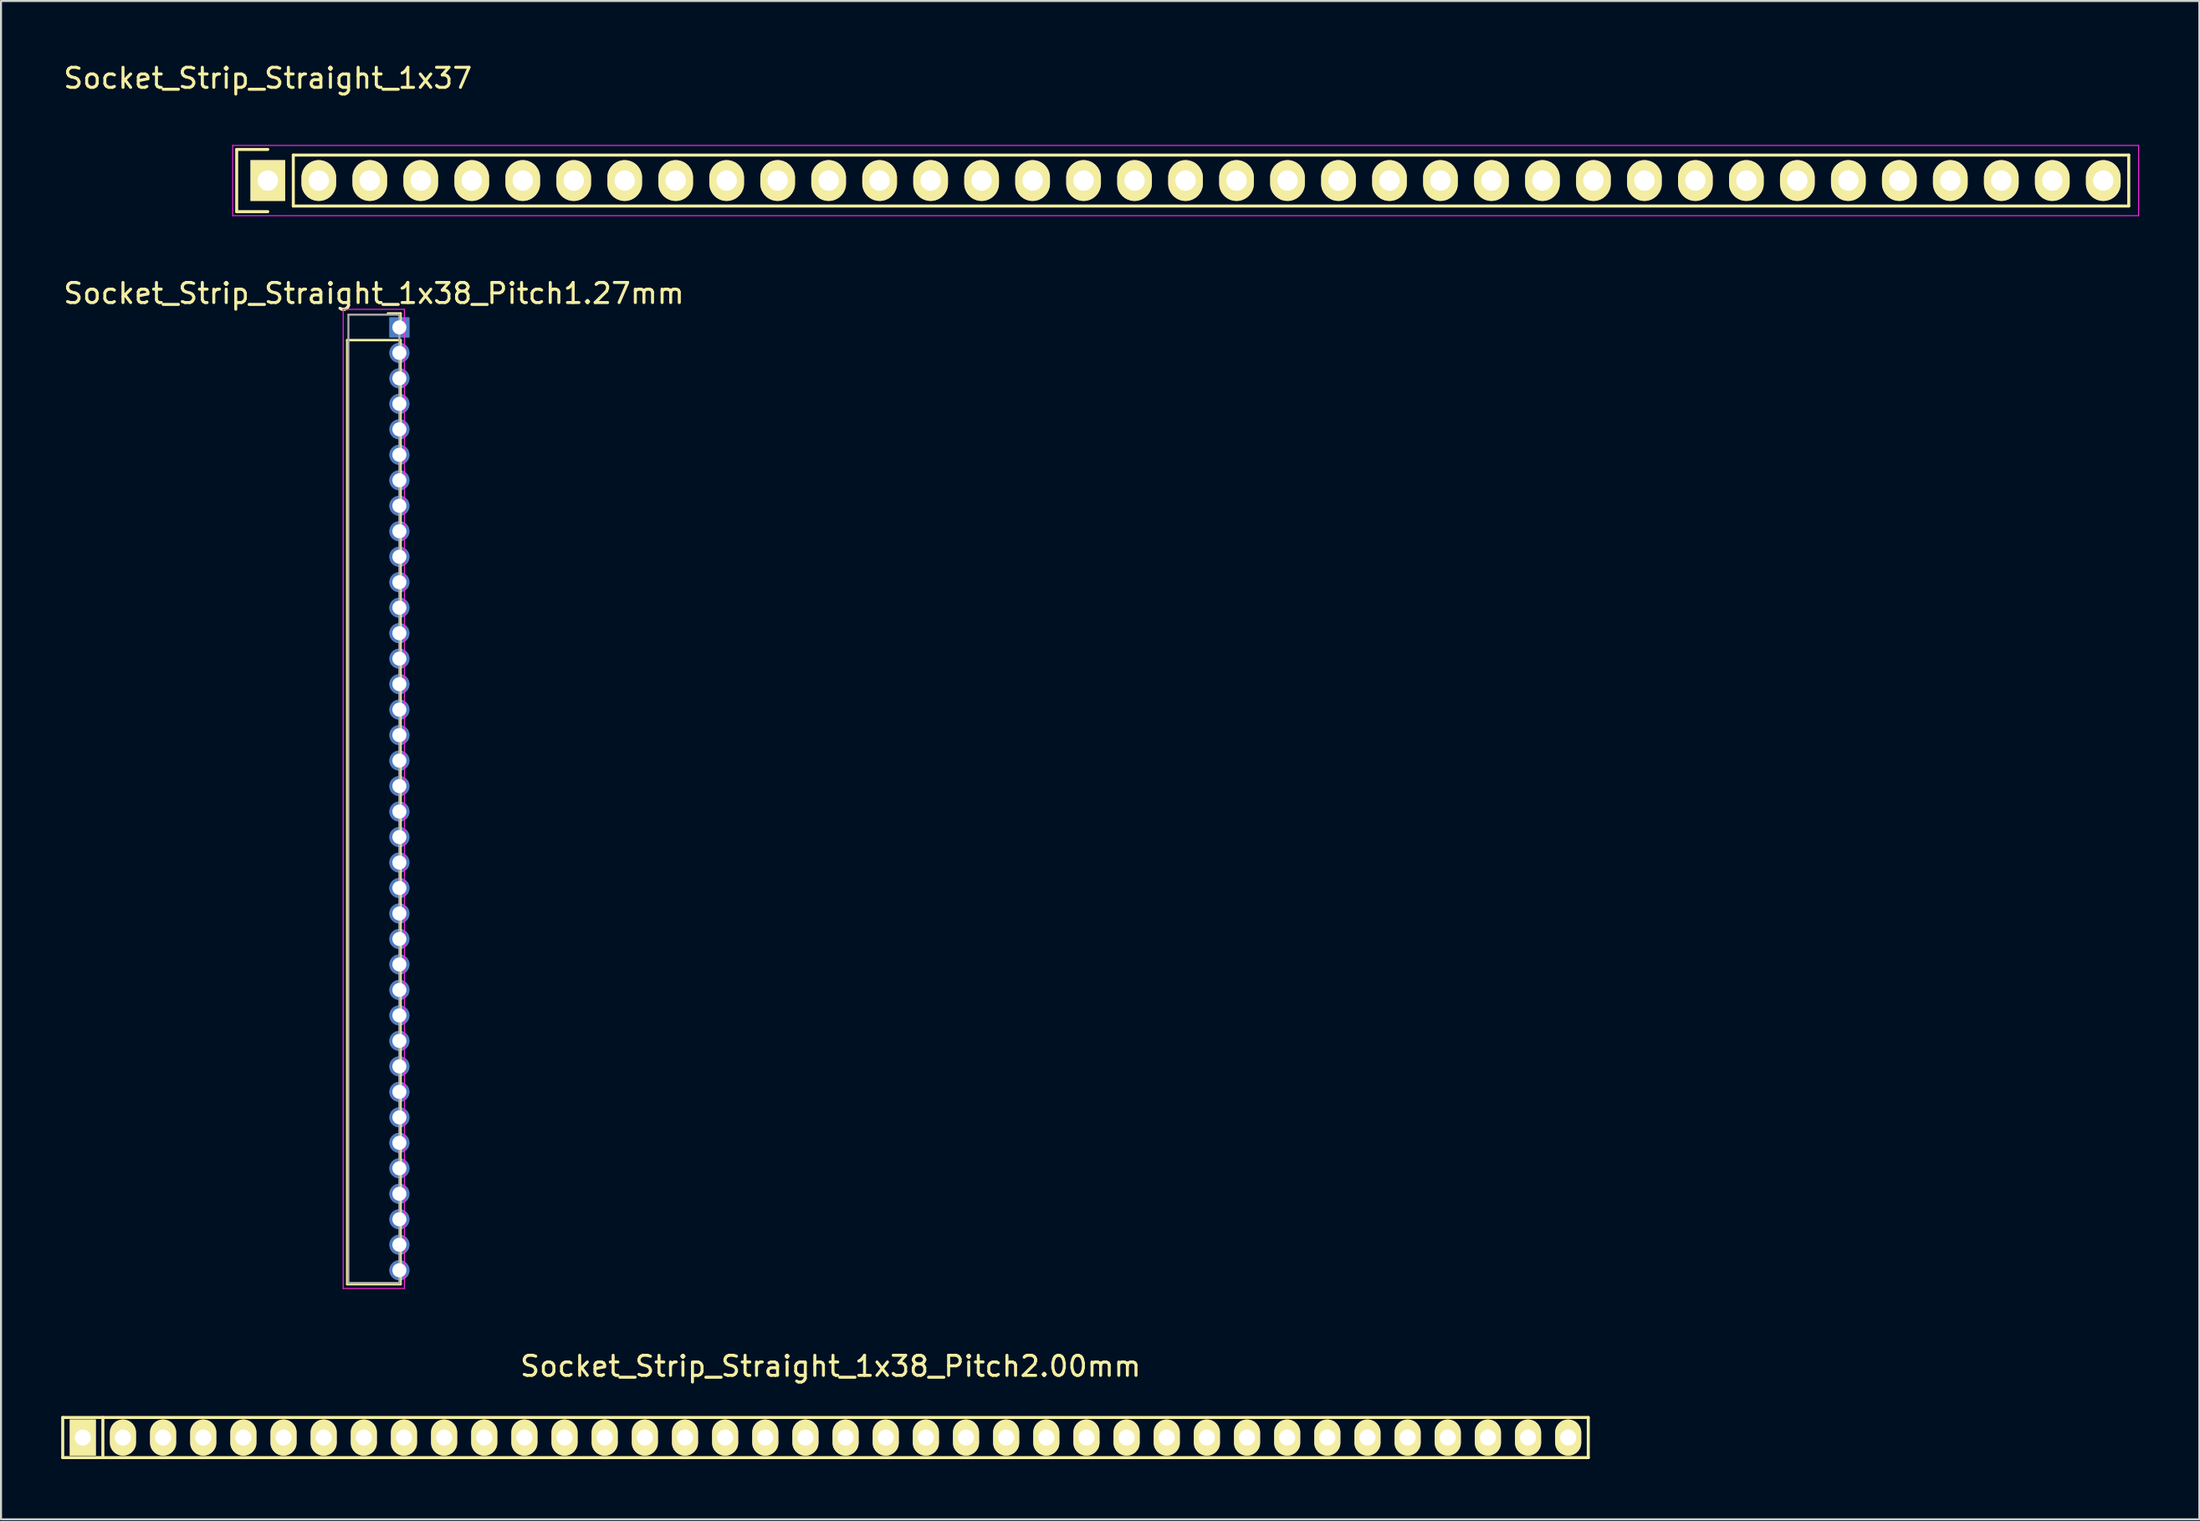
<source format=kicad_pcb>
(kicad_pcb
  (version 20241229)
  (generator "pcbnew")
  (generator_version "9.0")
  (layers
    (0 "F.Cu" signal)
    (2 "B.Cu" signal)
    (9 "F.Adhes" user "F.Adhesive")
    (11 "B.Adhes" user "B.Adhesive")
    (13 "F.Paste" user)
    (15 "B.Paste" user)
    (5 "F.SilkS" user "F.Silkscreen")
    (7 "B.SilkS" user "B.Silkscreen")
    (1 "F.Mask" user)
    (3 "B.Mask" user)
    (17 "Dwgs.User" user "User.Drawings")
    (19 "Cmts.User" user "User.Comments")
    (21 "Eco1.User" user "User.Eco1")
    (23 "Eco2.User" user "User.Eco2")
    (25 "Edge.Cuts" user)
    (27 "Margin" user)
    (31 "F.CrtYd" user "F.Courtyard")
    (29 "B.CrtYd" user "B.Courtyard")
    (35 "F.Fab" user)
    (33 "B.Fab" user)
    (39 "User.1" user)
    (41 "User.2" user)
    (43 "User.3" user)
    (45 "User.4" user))
  (footprint "Socket_Strip_Straight_1x37"
    (layer "F.Cu")
    (at 10.292 5.948)
    (property "Reference" "Socket_Strip_Straight_1x37" (at 0 -5.1 0) (layer "F.SilkS") (effects (font (size 1 1) (thickness 0.15))))
    (attr through_hole)
    (fp_line (start -1.55 -1.55) (end -1.55 1.55) (stroke (width 0.15) (type solid)) (layer "F.SilkS"))
    (fp_line (start -1.55 1.55) (end 0 1.55) (stroke (width 0.15) (type solid)) (layer "F.SilkS"))
    (fp_line (start 0 -1.55) (end -1.55 -1.55) (stroke (width 0.15) (type solid)) (layer "F.SilkS"))
    (fp_line (start 1.27 -1.27) (end 92.71 -1.27) (stroke (width 0.15) (type solid)) (layer "F.SilkS"))
    (fp_line (start 1.27 1.27) (end 1.27 -1.27) (stroke (width 0.15) (type solid)) (layer "F.SilkS"))
    (fp_line (start 92.71 -1.27) (end 92.71 1.27) (stroke (width 0.15) (type solid)) (layer "F.SilkS"))
    (fp_line (start 92.71 1.27) (end 1.27 1.27) (stroke (width 0.15) (type solid)) (layer "F.SilkS"))
    (fp_line (start -1.75 -1.75) (end -1.75 1.75) (stroke (width 0.05) (type solid)) (layer "F.CrtYd"))
    (fp_line (start -1.75 -1.75) (end 93.2 -1.75) (stroke (width 0.05) (type solid)) (layer "F.CrtYd"))
    (fp_line (start -1.75 1.75) (end 93.2 1.75) (stroke (width 0.05) (type solid)) (layer "F.CrtYd"))
    (fp_line (start 93.2 -1.75) (end 93.2 1.75) (stroke (width 0.05) (type solid)) (layer "F.CrtYd"))
    (pad "1" thru_hole rect (at 0 0) (size 1.727 2.032) (drill 1.016) (layers "*.Cu" "*.Mask" "F.SilkS"))
    (pad "2" thru_hole oval (at 2.54 0) (size 1.727 2.032) (drill 1.016) (layers "*.Cu" "*.Mask" "F.SilkS"))
    (pad "3" thru_hole oval (at 5.08 0) (size 1.727 2.032) (drill 1.016) (layers "*.Cu" "*.Mask" "F.SilkS"))
    (pad "4" thru_hole oval (at 7.62 0) (size 1.727 2.032) (drill 1.016) (layers "*.Cu" "*.Mask" "F.SilkS"))
    (pad "5" thru_hole oval (at 10.16 0) (size 1.727 2.032) (drill 1.016) (layers "*.Cu" "*.Mask" "F.SilkS"))
    (pad "6" thru_hole oval (at 12.7 0) (size 1.727 2.032) (drill 1.016) (layers "*.Cu" "*.Mask" "F.SilkS"))
    (pad "7" thru_hole oval (at 15.24 0) (size 1.727 2.032) (drill 1.016) (layers "*.Cu" "*.Mask" "F.SilkS"))
    (pad "8" thru_hole oval (at 17.78 0) (size 1.727 2.032) (drill 1.016) (layers "*.Cu" "*.Mask" "F.SilkS"))
    (pad "9" thru_hole oval (at 20.32 0) (size 1.727 2.032) (drill 1.016) (layers "*.Cu" "*.Mask" "F.SilkS"))
    (pad "10" thru_hole oval (at 22.86 0) (size 1.727 2.032) (drill 1.016) (layers "*.Cu" "*.Mask" "F.SilkS"))
    (pad "11" thru_hole oval (at 25.4 0) (size 1.727 2.032) (drill 1.016) (layers "*.Cu" "*.Mask" "F.SilkS"))
    (pad "12" thru_hole oval (at 27.94 0) (size 1.727 2.032) (drill 1.016) (layers "*.Cu" "*.Mask" "F.SilkS"))
    (pad "13" thru_hole oval (at 30.48 0) (size 1.727 2.032) (drill 1.016) (layers "*.Cu" "*.Mask" "F.SilkS"))
    (pad "14" thru_hole oval (at 33.02 0) (size 1.727 2.032) (drill 1.016) (layers "*.Cu" "*.Mask" "F.SilkS"))
    (pad "15" thru_hole oval (at 35.56 0) (size 1.727 2.032) (drill 1.016) (layers "*.Cu" "*.Mask" "F.SilkS"))
    (pad "16" thru_hole oval (at 38.1 0) (size 1.727 2.032) (drill 1.016) (layers "*.Cu" "*.Mask" "F.SilkS"))
    (pad "17" thru_hole oval (at 40.64 0) (size 1.727 2.032) (drill 1.016) (layers "*.Cu" "*.Mask" "F.SilkS"))
    (pad "18" thru_hole oval (at 43.18 0) (size 1.727 2.032) (drill 1.016) (layers "*.Cu" "*.Mask" "F.SilkS"))
    (pad "19" thru_hole oval (at 45.72 0) (size 1.727 2.032) (drill 1.016) (layers "*.Cu" "*.Mask" "F.SilkS"))
    (pad "20" thru_hole oval (at 48.26 0) (size 1.727 2.032) (drill 1.016) (layers "*.Cu" "*.Mask" "F.SilkS"))
    (pad "21" thru_hole oval (at 50.8 0) (size 1.727 2.032) (drill 1.016) (layers "*.Cu" "*.Mask" "F.SilkS"))
    (pad "22" thru_hole oval (at 53.34 0) (size 1.727 2.032) (drill 1.016) (layers "*.Cu" "*.Mask" "F.SilkS"))
    (pad "23" thru_hole oval (at 55.88 0) (size 1.727 2.032) (drill 1.016) (layers "*.Cu" "*.Mask" "F.SilkS"))
    (pad "24" thru_hole oval (at 58.42 0) (size 1.727 2.032) (drill 1.016) (layers "*.Cu" "*.Mask" "F.SilkS"))
    (pad "25" thru_hole oval (at 60.96 0) (size 1.727 2.032) (drill 1.016) (layers "*.Cu" "*.Mask" "F.SilkS"))
    (pad "26" thru_hole oval (at 63.5 0) (size 1.727 2.032) (drill 1.016) (layers "*.Cu" "*.Mask" "F.SilkS"))
    (pad "27" thru_hole oval (at 66.04 0) (size 1.727 2.032) (drill 1.016) (layers "*.Cu" "*.Mask" "F.SilkS"))
    (pad "28" thru_hole oval (at 68.58 0) (size 1.727 2.032) (drill 1.016) (layers "*.Cu" "*.Mask" "F.SilkS"))
    (pad "29" thru_hole oval (at 71.12 0) (size 1.727 2.032) (drill 1.016) (layers "*.Cu" "*.Mask" "F.SilkS"))
    (pad "30" thru_hole oval (at 73.66 0) (size 1.727 2.032) (drill 1.016) (layers "*.Cu" "*.Mask" "F.SilkS"))
    (pad "31" thru_hole oval (at 76.2 0) (size 1.727 2.032) (drill 1.016) (layers "*.Cu" "*.Mask" "F.SilkS"))
    (pad "32" thru_hole oval (at 78.74 0) (size 1.727 2.032) (drill 1.016) (layers "*.Cu" "*.Mask" "F.SilkS"))
    (pad "33" thru_hole oval (at 81.28 0) (size 1.727 2.032) (drill 1.016) (layers "*.Cu" "*.Mask" "F.SilkS"))
    (pad "34" thru_hole oval (at 83.82 0) (size 1.727 2.032) (drill 1.016) (layers "*.Cu" "*.Mask" "F.SilkS"))
    (pad "35" thru_hole oval (at 86.36 0) (size 1.727 2.032) (drill 1.016) (layers "*.Cu" "*.Mask" "F.SilkS"))
    (pad "36" thru_hole oval (at 88.9 0) (size 1.727 2.032) (drill 1.016) (layers "*.Cu" "*.Mask" "F.SilkS"))
    (pad "37" thru_hole oval (at 91.44 0) (size 1.727 2.032) (drill 1.016) (layers "*.Cu" "*.Mask" "F.SilkS")))
  (footprint "Socket_Strip_Straight_1x38_Pitch1.27mm"
    (layer "F.Cu")
    (at 16.847 13.267)
    (property "Reference" "Socket_Strip_Straight_1x38_Pitch1.27mm" (at -1.27 -1.695 0) (layer "F.SilkS") (effects (font (size 1 1) (thickness 0.15))))
    (attr through_hole)
    (fp_line (start -2.6 0.635) (end -2.6 47.685) (stroke (width 0.12) (type solid)) (layer "F.SilkS"))
    (fp_line (start -2.6 47.685) (end 0.06 47.685) (stroke (width 0.12) (type solid)) (layer "F.SilkS"))
    (fp_line (start 0.06 -0.695) (end -0.575 -0.695) (stroke (width 0.12) (type solid)) (layer "F.SilkS"))
    (fp_line (start 0.06 0) (end 0.06 -0.695) (stroke (width 0.12) (type solid)) (layer "F.SilkS"))
    (fp_line (start 0.06 0.635) (end -2.6 0.635) (stroke (width 0.12) (type solid)) (layer "F.SilkS"))
    (fp_line (start 0.06 47.685) (end 0.06 0.635) (stroke (width 0.12) (type solid)) (layer "F.SilkS"))
    (fp_line (start -2.8 -0.9) (end -2.8 47.9) (stroke (width 0.05) (type solid)) (layer "F.CrtYd"))
    (fp_line (start -2.8 47.9) (end 0.25 47.9) (stroke (width 0.05) (type solid)) (layer "F.CrtYd"))
    (fp_line (start 0.25 -0.9) (end -2.8 -0.9) (stroke (width 0.05) (type solid)) (layer "F.CrtYd"))
    (fp_line (start 0.25 47.9) (end 0.25 -0.9) (stroke (width 0.05) (type solid)) (layer "F.CrtYd"))
    (fp_line (start -2.54 -0.635) (end -2.54 47.625) (stroke (width 0.1) (type solid)) (layer "F.Fab"))
    (fp_line (start -2.54 47.625) (end 0 47.625) (stroke (width 0.1) (type solid)) (layer "F.Fab"))
    (fp_line (start 0 -0.635) (end -2.54 -0.635) (stroke (width 0.1) (type solid)) (layer "F.Fab"))
    (fp_line (start 0 47.625) (end 0 -0.635) (stroke (width 0.1) (type solid)) (layer "F.Fab"))
    (pad "1" thru_hole rect (at 0 0) (size 1 1) (drill 0.7) (layers "*.Cu" "*.Mask"))
    (pad "2" thru_hole oval (at 0 1.27) (size 1 1) (drill 0.7) (layers "*.Cu" "*.Mask"))
    (pad "3" thru_hole oval (at 0 2.54) (size 1 1) (drill 0.7) (layers "*.Cu" "*.Mask"))
    (pad "4" thru_hole oval (at 0 3.81) (size 1 1) (drill 0.7) (layers "*.Cu" "*.Mask"))
    (pad "5" thru_hole oval (at 0 5.08) (size 1 1) (drill 0.7) (layers "*.Cu" "*.Mask"))
    (pad "6" thru_hole oval (at 0 6.35) (size 1 1) (drill 0.7) (layers "*.Cu" "*.Mask"))
    (pad "7" thru_hole oval (at 0 7.62) (size 1 1) (drill 0.7) (layers "*.Cu" "*.Mask"))
    (pad "8" thru_hole oval (at 0 8.89) (size 1 1) (drill 0.7) (layers "*.Cu" "*.Mask"))
    (pad "9" thru_hole oval (at 0 10.16) (size 1 1) (drill 0.7) (layers "*.Cu" "*.Mask"))
    (pad "10" thru_hole oval (at 0 11.43) (size 1 1) (drill 0.7) (layers "*.Cu" "*.Mask"))
    (pad "11" thru_hole oval (at 0 12.7) (size 1 1) (drill 0.7) (layers "*.Cu" "*.Mask"))
    (pad "12" thru_hole oval (at 0 13.97) (size 1 1) (drill 0.7) (layers "*.Cu" "*.Mask"))
    (pad "13" thru_hole oval (at 0 15.24) (size 1 1) (drill 0.7) (layers "*.Cu" "*.Mask"))
    (pad "14" thru_hole oval (at 0 16.51) (size 1 1) (drill 0.7) (layers "*.Cu" "*.Mask"))
    (pad "15" thru_hole oval (at 0 17.78) (size 1 1) (drill 0.7) (layers "*.Cu" "*.Mask"))
    (pad "16" thru_hole oval (at 0 19.05) (size 1 1) (drill 0.7) (layers "*.Cu" "*.Mask"))
    (pad "17" thru_hole oval (at 0 20.32) (size 1 1) (drill 0.7) (layers "*.Cu" "*.Mask"))
    (pad "18" thru_hole oval (at 0 21.59) (size 1 1) (drill 0.7) (layers "*.Cu" "*.Mask"))
    (pad "19" thru_hole oval (at 0 22.86) (size 1 1) (drill 0.7) (layers "*.Cu" "*.Mask"))
    (pad "20" thru_hole oval (at 0 24.13) (size 1 1) (drill 0.7) (layers "*.Cu" "*.Mask"))
    (pad "21" thru_hole oval (at 0 25.4) (size 1 1) (drill 0.7) (layers "*.Cu" "*.Mask"))
    (pad "22" thru_hole oval (at 0 26.67) (size 1 1) (drill 0.7) (layers "*.Cu" "*.Mask"))
    (pad "23" thru_hole oval (at 0 27.94) (size 1 1) (drill 0.7) (layers "*.Cu" "*.Mask"))
    (pad "24" thru_hole oval (at 0 29.21) (size 1 1) (drill 0.7) (layers "*.Cu" "*.Mask"))
    (pad "25" thru_hole oval (at 0 30.48) (size 1 1) (drill 0.7) (layers "*.Cu" "*.Mask"))
    (pad "26" thru_hole oval (at 0 31.75) (size 1 1) (drill 0.7) (layers "*.Cu" "*.Mask"))
    (pad "27" thru_hole oval (at 0 33.02) (size 1 1) (drill 0.7) (layers "*.Cu" "*.Mask"))
    (pad "28" thru_hole oval (at 0 34.29) (size 1 1) (drill 0.7) (layers "*.Cu" "*.Mask"))
    (pad "29" thru_hole oval (at 0 35.56) (size 1 1) (drill 0.7) (layers "*.Cu" "*.Mask"))
    (pad "30" thru_hole oval (at 0 36.83) (size 1 1) (drill 0.7) (layers "*.Cu" "*.Mask"))
    (pad "31" thru_hole oval (at 0 38.1) (size 1 1) (drill 0.7) (layers "*.Cu" "*.Mask"))
    (pad "32" thru_hole oval (at 0 39.37) (size 1 1) (drill 0.7) (layers "*.Cu" "*.Mask"))
    (pad "33" thru_hole oval (at 0 40.64) (size 1 1) (drill 0.7) (layers "*.Cu" "*.Mask"))
    (pad "34" thru_hole oval (at 0 41.91) (size 1 1) (drill 0.7) (layers "*.Cu" "*.Mask"))
    (pad "35" thru_hole oval (at 0 43.18) (size 1 1) (drill 0.7) (layers "*.Cu" "*.Mask"))
    (pad "36" thru_hole oval (at 0 44.45) (size 1 1) (drill 0.7) (layers "*.Cu" "*.Mask"))
    (pad "37" thru_hole oval (at 0 45.72) (size 1 1) (drill 0.7) (layers "*.Cu" "*.Mask"))
    (pad "38" thru_hole oval (at 0 46.99) (size 1 1) (drill 0.7) (layers "*.Cu" "*.Mask")))
  (footprint "Socket_Strip_Straight_1x38_Pitch2.00mm"
    (layer "F.Cu")
    (at 38.075 68.596)
    (property "Reference" "Socket_Strip_Straight_1x38_Pitch2.00mm" (at 0.254 -3.556 0) (layer "F.SilkS") (effects (font (size 1 1) (thickness 0.15))))
    (attr through_hole)
    (fp_line (start -38 -1) (end 38 -1) (stroke (width 0.15) (type solid)) (layer "F.SilkS"))
    (fp_line (start -38 1) (end -38 -1) (stroke (width 0.15) (type solid)) (layer "F.SilkS"))
    (fp_line (start -36 -1) (end -36 1) (stroke (width 0.15) (type solid)) (layer "F.SilkS"))
    (fp_line (start 38 -1) (end 38 1) (stroke (width 0.15) (type solid)) (layer "F.SilkS"))
    (fp_line (start 38 1) (end -38 1) (stroke (width 0.15) (type solid)) (layer "F.SilkS"))
    (pad "1" thru_hole rect (at -37 0) (size 1.3 1.8) (drill 0.8) (layers "*.Cu" "*.Mask" "F.SilkS"))
    (pad "2" thru_hole oval (at -35 0) (size 1.3 1.8) (drill 0.8) (layers "*.Cu" "*.Mask" "F.SilkS"))
    (pad "3" thru_hole oval (at -33 0) (size 1.3 1.8) (drill 0.8) (layers "*.Cu" "*.Mask" "F.SilkS"))
    (pad "4" thru_hole oval (at -31 0) (size 1.3 1.8) (drill 0.8) (layers "*.Cu" "*.Mask" "F.SilkS"))
    (pad "5" thru_hole oval (at -29 0) (size 1.3 1.8) (drill 0.8) (layers "*.Cu" "*.Mask" "F.SilkS"))
    (pad "6" thru_hole oval (at -27 0) (size 1.3 1.8) (drill 0.8) (layers "*.Cu" "*.Mask" "F.SilkS"))
    (pad "7" thru_hole oval (at -25 0) (size 1.3 1.8) (drill 0.8) (layers "*.Cu" "*.Mask" "F.SilkS"))
    (pad "8" thru_hole oval (at -23 0) (size 1.3 1.8) (drill 0.8) (layers "*.Cu" "*.Mask" "F.SilkS"))
    (pad "9" thru_hole oval (at -21 0) (size 1.3 1.8) (drill 0.8) (layers "*.Cu" "*.Mask" "F.SilkS"))
    (pad "10" thru_hole oval (at -19 0) (size 1.3 1.8) (drill 0.8) (layers "*.Cu" "*.Mask" "F.SilkS"))
    (pad "11" thru_hole oval (at -17 0) (size 1.3 1.8) (drill 0.8) (layers "*.Cu" "*.Mask" "F.SilkS"))
    (pad "12" thru_hole oval (at -15 0) (size 1.3 1.8) (drill 0.8) (layers "*.Cu" "*.Mask" "F.SilkS"))
    (pad "13" thru_hole oval (at -13 0) (size 1.3 1.8) (drill 0.8) (layers "*.Cu" "*.Mask" "F.SilkS"))
    (pad "14" thru_hole oval (at -11 0) (size 1.3 1.8) (drill 0.8) (layers "*.Cu" "*.Mask" "F.SilkS"))
    (pad "15" thru_hole oval (at -9 0) (size 1.3 1.8) (drill 0.8) (layers "*.Cu" "*.Mask" "F.SilkS"))
    (pad "16" thru_hole oval (at -7 0) (size 1.3 1.8) (drill 0.8) (layers "*.Cu" "*.Mask" "F.SilkS"))
    (pad "17" thru_hole oval (at -5 0) (size 1.3 1.8) (drill 0.8) (layers "*.Cu" "*.Mask" "F.SilkS"))
    (pad "18" thru_hole oval (at -3 0) (size 1.3 1.8) (drill 0.8) (layers "*.Cu" "*.Mask" "F.SilkS"))
    (pad "19" thru_hole oval (at -1 0) (size 1.3 1.8) (drill 0.8) (layers "*.Cu" "*.Mask" "F.SilkS"))
    (pad "20" thru_hole oval (at 1 0) (size 1.3 1.8) (drill 0.8) (layers "*.Cu" "*.Mask" "F.SilkS"))
    (pad "21" thru_hole oval (at 3 0) (size 1.3 1.8) (drill 0.8) (layers "*.Cu" "*.Mask" "F.SilkS"))
    (pad "22" thru_hole oval (at 5 0) (size 1.3 1.8) (drill 0.8) (layers "*.Cu" "*.Mask" "F.SilkS"))
    (pad "23" thru_hole oval (at 7 0) (size 1.3 1.8) (drill 0.8) (layers "*.Cu" "*.Mask" "F.SilkS"))
    (pad "24" thru_hole oval (at 9 0) (size 1.3 1.8) (drill 0.8) (layers "*.Cu" "*.Mask" "F.SilkS"))
    (pad "25" thru_hole oval (at 11 0) (size 1.3 1.8) (drill 0.8) (layers "*.Cu" "*.Mask" "F.SilkS"))
    (pad "26" thru_hole oval (at 13 0) (size 1.3 1.8) (drill 0.8) (layers "*.Cu" "*.Mask" "F.SilkS"))
    (pad "27" thru_hole oval (at 15 0) (size 1.3 1.8) (drill 0.8) (layers "*.Cu" "*.Mask" "F.SilkS"))
    (pad "28" thru_hole oval (at 17 0) (size 1.3 1.8) (drill 0.8) (layers "*.Cu" "*.Mask" "F.SilkS"))
    (pad "29" thru_hole oval (at 19 0) (size 1.3 1.8) (drill 0.8) (layers "*.Cu" "*.Mask" "F.SilkS"))
    (pad "30" thru_hole oval (at 21 0) (size 1.3 1.8) (drill 0.8) (layers "*.Cu" "*.Mask" "F.SilkS"))
    (pad "31" thru_hole oval (at 23 0) (size 1.3 1.8) (drill 0.8) (layers "*.Cu" "*.Mask" "F.SilkS"))
    (pad "32" thru_hole oval (at 25 0) (size 1.3 1.8) (drill 0.8) (layers "*.Cu" "*.Mask" "F.SilkS"))
    (pad "33" thru_hole oval (at 27 0) (size 1.3 1.8) (drill 0.8) (layers "*.Cu" "*.Mask" "F.SilkS"))
    (pad "34" thru_hole oval (at 29 0) (size 1.3 1.8) (drill 0.8) (layers "*.Cu" "*.Mask" "F.SilkS"))
    (pad "35" thru_hole oval (at 31 0) (size 1.3 1.8) (drill 0.8) (layers "*.Cu" "*.Mask" "F.SilkS"))
    (pad "36" thru_hole oval (at 33 0) (size 1.3 1.8) (drill 0.8) (layers "*.Cu" "*.Mask" "F.SilkS"))
    (pad "37" thru_hole oval (at 35 0) (size 1.3 1.8) (drill 0.8) (layers "*.Cu" "*.Mask" "F.SilkS"))
    (pad "38" thru_hole oval (at 37 0) (size 1.3 1.8) (drill 0.8) (layers "*.Cu" "*.Mask" "F.SilkS")))
  (gr_rect
    (start -3 -3)
    (end 106.517 72.671)
    (stroke (width 0.1) (type default))
    (fill no)
    (layer "Edge.Cuts")))
</source>
